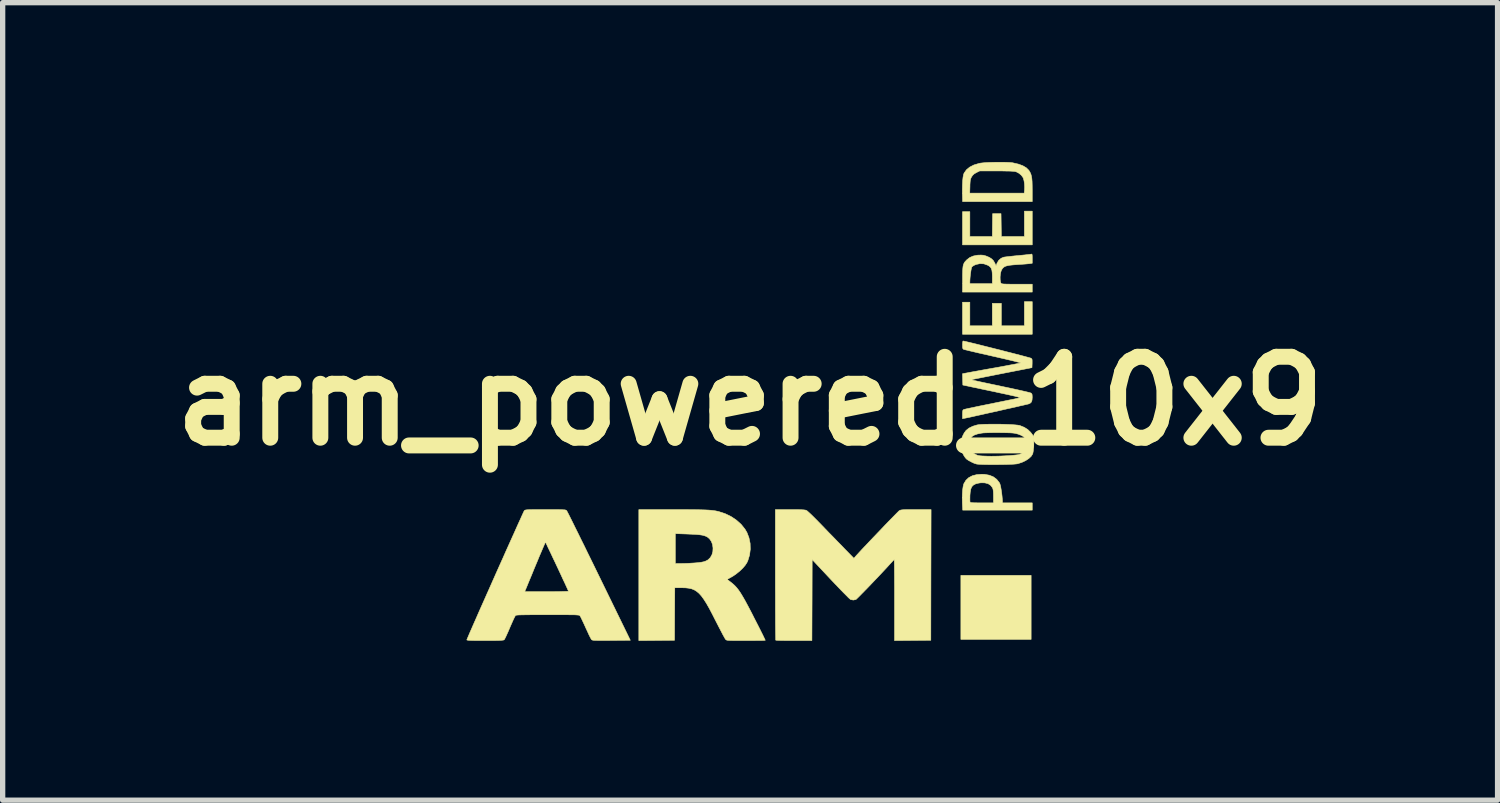
<source format=kicad_pcb>
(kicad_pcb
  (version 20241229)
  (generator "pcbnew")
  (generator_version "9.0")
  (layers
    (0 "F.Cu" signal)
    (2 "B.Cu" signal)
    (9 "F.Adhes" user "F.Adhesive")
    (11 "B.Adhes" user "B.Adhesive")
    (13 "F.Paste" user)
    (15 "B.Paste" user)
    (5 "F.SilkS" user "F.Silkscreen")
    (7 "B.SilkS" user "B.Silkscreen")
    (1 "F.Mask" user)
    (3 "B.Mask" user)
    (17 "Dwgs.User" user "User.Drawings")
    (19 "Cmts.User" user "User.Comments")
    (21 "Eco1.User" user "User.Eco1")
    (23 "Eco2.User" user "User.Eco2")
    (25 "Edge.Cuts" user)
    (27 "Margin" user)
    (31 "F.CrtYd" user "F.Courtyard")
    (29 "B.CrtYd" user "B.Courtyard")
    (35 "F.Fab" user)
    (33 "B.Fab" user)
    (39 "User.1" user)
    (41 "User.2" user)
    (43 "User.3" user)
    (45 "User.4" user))
  (footprint "arm_powered_10x9"
    (layer "F.Cu")
    (at 11.074 4.503)
    (property "Reference" "arm_powered_10x9" (at 0 0 0) (layer "F.SilkS") (effects (font (size 1.524 1.524) (thickness 0.3))))
    (attr through_hole)
    (fp_poly (pts (xy 5.292 4.487) (xy 3.969 4.487) (xy 3.969 3.281) (xy 5.292 3.281) (xy 5.292 4.487)) (stroke (width 0.01) (type solid)) (fill yes) (layer "F.SilkS"))
    (fp_poly (pts (xy 5.313 -1.259) (xy 4 -1.259) (xy 4 -1.863) (xy 4.138 -1.863) (xy 4.138 -1.418) (xy 4.561 -1.418) (xy 4.561 -1.841) (xy 4.731 -1.841) (xy 4.731 -1.418) (xy 5.165 -1.418) (xy 5.165 -1.873) (xy 5.313 -1.873) (xy 5.313 -1.259)) (stroke (width 0.01) (type solid)) (fill yes) (layer "F.SilkS"))
    (fp_poly (pts (xy 5.313 -2.942) (xy 4 -2.942) (xy 4 -3.567) (xy 4.138 -3.567) (xy 4.138 -3.101) (xy 4.561 -3.101) (xy 4.564 -3.315) (xy 4.567 -3.53) (xy 4.725 -3.53) (xy 4.728 -3.315) (xy 4.731 -3.101) (xy 5.165 -3.101) (xy 5.165 -3.577) (xy 5.313 -3.577) (xy 5.313 -2.942)) (stroke (width 0.01) (type solid)) (fill yes) (layer "F.SilkS"))
    (fp_poly (pts (xy 4.416 1.379) (xy 4.505 1.395) (xy 4.581 1.426) (xy 4.644 1.473) (xy 4.692 1.534) (xy 4.701 1.549) (xy 4.709 1.574) (xy 4.719 1.615) (xy 4.728 1.667) (xy 4.737 1.726) (xy 4.744 1.785) (xy 4.749 1.841) (xy 4.752 1.888) (xy 4.752 1.892) (xy 4.752 1.916) (xy 5.313 1.916) (xy 5.313 2.053) (xy 4.004 2.053) (xy 3.997 1.918) (xy 3.996 1.861) (xy 4.139 1.861) (xy 4.14 1.89) (xy 4.142 1.899) (xy 4.146 1.905) (xy 4.157 1.909) (xy 4.177 1.912) (xy 4.208 1.914) (xy 4.253 1.915) (xy 4.315 1.916) (xy 4.365 1.916) (xy 4.583 1.916) (xy 4.583 1.791) (xy 4.582 1.732) (xy 4.579 1.689) (xy 4.574 1.658) (xy 4.566 1.634) (xy 4.564 1.63) (xy 4.53 1.586) (xy 4.482 1.555) (xy 4.42 1.539) (xy 4.347 1.538) (xy 4.308 1.543) (xy 4.25 1.557) (xy 4.207 1.579) (xy 4.176 1.61) (xy 4.156 1.655) (xy 4.145 1.716) (xy 4.14 1.774) (xy 4.139 1.821) (xy 4.139 1.861) (xy 3.996 1.861) (xy 3.995 1.831) (xy 3.997 1.749) (xy 4.002 1.674) (xy 4.011 1.611) (xy 4.022 1.564) (xy 4.026 1.554) (xy 4.064 1.491) (xy 4.117 1.441) (xy 4.186 1.405) (xy 4.268 1.384) (xy 4.363 1.377) (xy 4.416 1.379)) (stroke (width 0.01) (type solid)) (fill yes) (layer "F.SilkS"))
    (fp_poly (pts (xy 4.763 -4.498) (xy 4.835 -4.496) (xy 4.896 -4.493) (xy 4.942 -4.488) (xy 4.948 -4.487) (xy 5.052 -4.463) (xy 5.136 -4.432) (xy 5.202 -4.393) (xy 5.248 -4.347) (xy 5.253 -4.34) (xy 5.272 -4.308) (xy 5.287 -4.275) (xy 5.297 -4.238) (xy 5.305 -4.193) (xy 5.31 -4.137) (xy 5.312 -4.066) (xy 5.313 -3.978) (xy 5.313 -3.972) (xy 5.313 -3.757) (xy 4.002 -3.757) (xy 3.999 -3.871) (xy 3.998 -3.916) (xy 4.136 -3.916) (xy 5.162 -3.916) (xy 5.168 -3.977) (xy 5.17 -4.031) (xy 5.167 -4.09) (xy 5.159 -4.146) (xy 5.147 -4.192) (xy 5.14 -4.209) (xy 5.109 -4.252) (xy 5.064 -4.29) (xy 5.015 -4.316) (xy 5.003 -4.32) (xy 4.981 -4.325) (xy 4.946 -4.328) (xy 4.897 -4.331) (xy 4.831 -4.332) (xy 4.747 -4.334) (xy 4.644 -4.334) (xy 4.323 -4.334) (xy 4.262 -4.304) (xy 4.221 -4.28) (xy 4.192 -4.253) (xy 4.172 -4.225) (xy 4.16 -4.202) (xy 4.152 -4.18) (xy 4.146 -4.155) (xy 4.143 -4.12) (xy 4.14 -4.072) (xy 4.14 -4.045) (xy 4.136 -3.916) (xy 3.998 -3.916) (xy 3.997 -3.975) (xy 3.999 -4.069) (xy 4.003 -4.15) (xy 4.01 -4.217) (xy 4.02 -4.267) (xy 4.029 -4.292) (xy 4.074 -4.356) (xy 4.136 -4.407) (xy 4.215 -4.447) (xy 4.312 -4.476) (xy 4.343 -4.482) (xy 4.389 -4.487) (xy 4.45 -4.492) (xy 4.523 -4.495) (xy 4.602 -4.497) (xy 4.683 -4.498) (xy 4.763 -4.498)) (stroke (width 0.01) (type solid)) (fill yes) (layer "F.SilkS"))
    (fp_poly (pts (xy 5.309 -2.763) (xy 5.312 -2.744) (xy 5.313 -2.71) (xy 5.313 -2.685) (xy 5.313 -2.596) (xy 5.263 -2.589) (xy 5.235 -2.586) (xy 5.191 -2.582) (xy 5.136 -2.578) (xy 5.074 -2.574) (xy 5.033 -2.571) (xy 4.95 -2.565) (xy 4.885 -2.558) (xy 4.836 -2.548) (xy 4.799 -2.536) (xy 4.772 -2.518) (xy 4.751 -2.496) (xy 4.734 -2.467) (xy 4.733 -2.466) (xy 4.721 -2.431) (xy 4.712 -2.385) (xy 4.708 -2.336) (xy 4.709 -2.288) (xy 4.714 -2.248) (xy 4.723 -2.222) (xy 4.726 -2.218) (xy 4.734 -2.213) (xy 4.747 -2.209) (xy 4.767 -2.206) (xy 4.798 -2.204) (xy 4.841 -2.203) (xy 4.9 -2.202) (xy 4.975 -2.201) (xy 5.028 -2.201) (xy 5.313 -2.201) (xy 5.313 -2.053) (xy 4 -2.053) (xy 4.001 -2.248) (xy 4.138 -2.248) (xy 4.138 -2.212) (xy 4.561 -2.212) (xy 4.562 -2.278) (xy 4.562 -2.357) (xy 4.559 -2.418) (xy 4.553 -2.464) (xy 4.541 -2.499) (xy 4.523 -2.525) (xy 4.499 -2.545) (xy 4.475 -2.559) (xy 4.403 -2.585) (xy 4.329 -2.589) (xy 4.255 -2.573) (xy 4.252 -2.572) (xy 4.216 -2.556) (xy 4.188 -2.538) (xy 4.175 -2.526) (xy 4.169 -2.506) (xy 4.161 -2.471) (xy 4.154 -2.425) (xy 4.147 -2.373) (xy 4.142 -2.32) (xy 4.139 -2.272) (xy 4.138 -2.248) (xy 4.001 -2.248) (xy 4.001 -2.294) (xy 4.001 -2.381) (xy 4.003 -2.449) (xy 4.006 -2.503) (xy 4.011 -2.544) (xy 4.02 -2.577) (xy 4.032 -2.603) (xy 4.048 -2.626) (xy 4.07 -2.649) (xy 4.079 -2.659) (xy 4.135 -2.703) (xy 4.199 -2.731) (xy 4.275 -2.747) (xy 4.302 -2.749) (xy 4.352 -2.75) (xy 4.391 -2.747) (xy 4.426 -2.738) (xy 4.447 -2.731) (xy 4.506 -2.706) (xy 4.549 -2.678) (xy 4.581 -2.646) (xy 4.605 -2.605) (xy 4.632 -2.549) (xy 4.65 -2.597) (xy 4.681 -2.65) (xy 4.726 -2.689) (xy 4.771 -2.709) (xy 4.793 -2.713) (xy 4.832 -2.718) (xy 4.885 -2.724) (xy 4.948 -2.731) (xy 5.018 -2.738) (xy 5.043 -2.74) (xy 5.112 -2.747) (xy 5.175 -2.753) (xy 5.228 -2.759) (xy 5.267 -2.763) (xy 5.291 -2.767) (xy 5.295 -2.768) (xy 5.303 -2.769) (xy 5.309 -2.763)) (stroke (width 0.01) (type solid)) (fill yes) (layer "F.SilkS"))
    (fp_poly (pts (xy 4.674 0.434) (xy 4.76 0.436) (xy 4.843 0.439) (xy 4.919 0.442) (xy 4.985 0.447) (xy 5.038 0.452) (xy 5.074 0.458) (xy 5.08 0.46) (xy 5.162 0.493) (xy 5.229 0.535) (xy 5.286 0.591) (xy 5.321 0.638) (xy 5.332 0.655) (xy 5.339 0.671) (xy 5.343 0.69) (xy 5.345 0.716) (xy 5.344 0.754) (xy 5.342 0.808) (xy 5.342 0.818) (xy 5.338 0.886) (xy 5.332 0.941) (xy 5.325 0.981) (xy 5.32 0.996) (xy 5.293 1.039) (xy 5.248 1.081) (xy 5.189 1.12) (xy 5.121 1.152) (xy 5.048 1.176) (xy 5.029 1.181) (xy 5 1.184) (xy 4.953 1.188) (xy 4.892 1.19) (xy 4.821 1.193) (xy 4.743 1.194) (xy 4.66 1.195) (xy 4.577 1.195) (xy 4.497 1.195) (xy 4.423 1.194) (xy 4.359 1.192) (xy 4.307 1.189) (xy 4.272 1.186) (xy 4.262 1.184) (xy 4.218 1.17) (xy 4.167 1.146) (xy 4.115 1.118) (xy 4.077 1.092) (xy 4.052 1.065) (xy 4.025 1.024) (xy 3.999 0.974) (xy 3.979 0.922) (xy 3.966 0.875) (xy 3.965 0.868) (xy 3.964 0.833) (xy 4.121 0.833) (xy 4.132 0.893) (xy 4.162 0.943) (xy 4.211 0.984) (xy 4.237 0.999) (xy 4.261 1.011) (xy 4.282 1.02) (xy 4.305 1.026) (xy 4.334 1.03) (xy 4.373 1.033) (xy 4.426 1.035) (xy 4.475 1.037) (xy 4.543 1.038) (xy 4.619 1.037) (xy 4.701 1.035) (xy 4.784 1.031) (xy 4.865 1.027) (xy 4.938 1.021) (xy 5.001 1.015) (xy 5.05 1.009) (xy 5.072 1.004) (xy 5.116 0.983) (xy 5.156 0.948) (xy 5.187 0.903) (xy 5.197 0.876) (xy 5.203 0.827) (xy 5.198 0.772) (xy 5.184 0.72) (xy 5.169 0.691) (xy 5.144 0.666) (xy 5.102 0.643) (xy 5.05 0.622) (xy 4.991 0.607) (xy 4.974 0.604) (xy 4.939 0.6) (xy 4.888 0.597) (xy 4.824 0.595) (xy 4.751 0.594) (xy 4.674 0.593) (xy 4.596 0.593) (xy 4.522 0.594) (xy 4.456 0.596) (xy 4.402 0.598) (xy 4.365 0.602) (xy 4.359 0.603) (xy 4.283 0.618) (xy 4.225 0.638) (xy 4.183 0.663) (xy 4.153 0.696) (xy 4.134 0.739) (xy 4.128 0.762) (xy 4.121 0.833) (xy 3.964 0.833) (xy 3.964 0.804) (xy 3.976 0.733) (xy 4 0.662) (xy 4.033 0.597) (xy 4.067 0.552) (xy 4.122 0.508) (xy 4.194 0.473) (xy 4.273 0.449) (xy 4.309 0.443) (xy 4.361 0.439) (xy 4.428 0.436) (xy 4.504 0.435) (xy 4.587 0.434) (xy 4.674 0.434)) (stroke (width 0.01) (type solid)) (fill yes) (layer "F.SilkS"))
    (fp_poly (pts (xy 0.84 2.043) (xy 0.909 2.043) (xy 0.962 2.045) (xy 1.001 2.047) (xy 1.03 2.05) (xy 1.05 2.054) (xy 1.063 2.059) (xy 1.078 2.07) (xy 1.106 2.095) (xy 1.145 2.131) (xy 1.192 2.177) (xy 1.246 2.231) (xy 1.304 2.29) (xy 1.344 2.331) (xy 1.414 2.404) (xy 1.489 2.482) (xy 1.566 2.56) (xy 1.64 2.637) (xy 1.708 2.706) (xy 1.765 2.765) (xy 1.773 2.774) (xy 1.955 2.96) (xy 1.997 2.911) (xy 2.021 2.885) (xy 2.056 2.847) (xy 2.1 2.799) (xy 2.153 2.743) (xy 2.212 2.681) (xy 2.276 2.613) (xy 2.343 2.543) (xy 2.411 2.472) (xy 2.479 2.401) (xy 2.544 2.332) (xy 2.606 2.268) (xy 2.663 2.21) (xy 2.713 2.159) (xy 2.754 2.117) (xy 2.784 2.087) (xy 2.802 2.069) (xy 2.806 2.066) (xy 2.817 2.059) (xy 2.828 2.054) (xy 2.843 2.05) (xy 2.863 2.047) (xy 2.892 2.045) (xy 2.933 2.043) (xy 2.987 2.043) (xy 3.058 2.043) (xy 3.124 2.043) (xy 3.408 2.043) (xy 3.405 3.273) (xy 3.403 4.503) (xy 3.061 4.506) (xy 2.72 4.509) (xy 2.72 3.747) (xy 2.72 3.622) (xy 2.72 3.503) (xy 2.719 3.393) (xy 2.719 3.292) (xy 2.718 3.203) (xy 2.718 3.126) (xy 2.717 3.065) (xy 2.716 3.019) (xy 2.715 2.992) (xy 2.715 2.985) (xy 2.705 2.992) (xy 2.687 3.01) (xy 2.67 3.029) (xy 2.63 3.072) (xy 2.583 3.124) (xy 2.529 3.182) (xy 2.469 3.246) (xy 2.407 3.312) (xy 2.343 3.379) (xy 2.28 3.445) (xy 2.219 3.509) (xy 2.161 3.568) (xy 2.109 3.621) (xy 2.065 3.666) (xy 2.03 3.701) (xy 2.005 3.725) (xy 1.994 3.735) (xy 1.994 3.735) (xy 1.945 3.746) (xy 1.895 3.737) (xy 1.89 3.734) (xy 1.878 3.724) (xy 1.852 3.701) (xy 1.816 3.664) (xy 1.769 3.617) (xy 1.714 3.561) (xy 1.653 3.497) (xy 1.586 3.427) (xy 1.516 3.353) (xy 1.169 2.983) (xy 1.167 3.746) (xy 1.164 4.508) (xy 0.827 4.508) (xy 0.745 4.508) (xy 0.669 4.508) (xy 0.603 4.507) (xy 0.549 4.506) (xy 0.51 4.504) (xy 0.487 4.502) (xy 0.483 4.501) (xy 0.482 4.49) (xy 0.482 4.459) (xy 0.481 4.409) (xy 0.48 4.343) (xy 0.479 4.26) (xy 0.478 4.163) (xy 0.478 4.052) (xy 0.477 3.93) (xy 0.477 3.797) (xy 0.477 3.655) (xy 0.476 3.505) (xy 0.476 3.348) (xy 0.476 3.268) (xy 0.476 2.043) (xy 0.752 2.043) (xy 0.84 2.043)) (stroke (width 0.01) (type solid)) (fill yes) (layer "F.SilkS"))
    (fp_poly (pts (xy -1.316 2.043) (xy -1.189 2.043) (xy -1.079 2.044) (xy -0.985 2.045) (xy -0.905 2.047) (xy -0.838 2.049) (xy -0.78 2.052) (xy -0.732 2.056) (xy -0.69 2.061) (xy -0.654 2.066) (xy -0.62 2.073) (xy -0.593 2.079) (xy -0.47 2.119) (xy -0.357 2.174) (xy -0.256 2.242) (xy -0.168 2.321) (xy -0.096 2.411) (xy -0.059 2.474) (xy -0.021 2.573) (xy 0.001 2.68) (xy 0.004 2.79) (xy -0.01 2.899) (xy -0.042 3.003) (xy -0.06 3.042) (xy -0.092 3.091) (xy -0.138 3.145) (xy -0.194 3.199) (xy -0.257 3.25) (xy -0.32 3.294) (xy -0.341 3.306) (xy -0.433 3.357) (xy -0.373 3.402) (xy -0.33 3.436) (xy -0.29 3.472) (xy -0.253 3.512) (xy -0.216 3.559) (xy -0.178 3.615) (xy -0.137 3.683) (xy -0.09 3.765) (xy -0.037 3.864) (xy -0.029 3.879) (xy 0.001 3.936) (xy 0.035 4.001) (xy 0.07 4.071) (xy 0.107 4.143) (xy 0.144 4.215) (xy 0.179 4.284) (xy 0.211 4.348) (xy 0.239 4.404) (xy 0.261 4.45) (xy 0.277 4.483) (xy 0.285 4.501) (xy 0.286 4.503) (xy 0.276 4.504) (xy 0.247 4.506) (xy 0.201 4.507) (xy 0.142 4.507) (xy 0.072 4.508) (xy -0.008 4.508) (xy -0.078 4.508) (xy -0.175 4.508) (xy -0.253 4.508) (xy -0.314 4.508) (xy -0.361 4.507) (xy -0.396 4.506) (xy -0.42 4.504) (xy -0.437 4.501) (xy -0.448 4.497) (xy -0.455 4.492) (xy -0.462 4.486) (xy -0.462 4.485) (xy -0.472 4.47) (xy -0.49 4.438) (xy -0.515 4.393) (xy -0.545 4.335) (xy -0.58 4.268) (xy -0.618 4.194) (xy -0.65 4.132) (xy -0.714 4.006) (xy -0.771 3.898) (xy -0.823 3.807) (xy -0.871 3.732) (xy -0.916 3.67) (xy -0.96 3.621) (xy -1.005 3.583) (xy -1.05 3.555) (xy -1.099 3.535) (xy -1.153 3.523) (xy -1.212 3.516) (xy -1.279 3.514) (xy -1.293 3.514) (xy -1.418 3.514) (xy -1.421 4.008) (xy -1.423 4.503) (xy -1.759 4.506) (xy -2.095 4.509) (xy -2.095 3.059) (xy -1.408 3.059) (xy -1.299 3.058) (xy -1.243 3.057) (xy -1.175 3.055) (xy -1.105 3.051) (xy -1.056 3.048) (xy -0.979 3.042) (xy -0.919 3.034) (xy -0.873 3.025) (xy -0.836 3.012) (xy -0.805 2.996) (xy -0.791 2.988) (xy -0.748 2.946) (xy -0.718 2.892) (xy -0.701 2.831) (xy -0.698 2.766) (xy -0.707 2.701) (xy -0.729 2.642) (xy -0.765 2.591) (xy -0.804 2.559) (xy -0.831 2.545) (xy -0.862 2.534) (xy -0.9 2.524) (xy -0.948 2.517) (xy -1.008 2.511) (xy -1.083 2.507) (xy -1.176 2.503) (xy -1.199 2.502) (xy -1.408 2.495) (xy -1.408 3.059) (xy -2.095 3.059) (xy -2.095 2.043) (xy -1.463 2.043) (xy -1.316 2.043)) (stroke (width 0.01) (type solid)) (fill yes) (layer "F.SilkS"))
    (fp_poly (pts (xy 4.025 -1.13) (xy 4.058 -1.123) (xy 4.107 -1.111) (xy 4.17 -1.096) (xy 4.244 -1.078) (xy 4.328 -1.057) (xy 4.419 -1.034) (xy 4.515 -1.01) (xy 4.614 -0.985) (xy 4.714 -0.96) (xy 4.813 -0.934) (xy 4.908 -0.91) (xy 4.997 -0.887) (xy 5.079 -0.866) (xy 5.15 -0.847) (xy 5.209 -0.831) (xy 5.253 -0.819) (xy 5.281 -0.811) (xy 5.289 -0.808) (xy 5.302 -0.798) (xy 5.309 -0.786) (xy 5.311 -0.764) (xy 5.311 -0.729) (xy 5.311 -0.711) (xy 5.308 -0.63) (xy 4.747 -0.52) (xy 4.641 -0.499) (xy 4.541 -0.479) (xy 4.45 -0.461) (xy 4.369 -0.445) (xy 4.3 -0.431) (xy 4.245 -0.42) (xy 4.206 -0.412) (xy 4.185 -0.407) (xy 4.181 -0.406) (xy 4.181 -0.398) (xy 4.192 -0.395) (xy 4.222 -0.388) (xy 4.268 -0.378) (xy 4.33 -0.364) (xy 4.404 -0.348) (xy 4.49 -0.33) (xy 4.584 -0.31) (xy 4.686 -0.289) (xy 4.725 -0.28) (xy 4.83 -0.258) (xy 4.929 -0.237) (xy 5.02 -0.217) (xy 5.101 -0.199) (xy 5.17 -0.183) (xy 5.225 -0.17) (xy 5.265 -0.16) (xy 5.286 -0.153) (xy 5.289 -0.152) (xy 5.302 -0.141) (xy 5.31 -0.124) (xy 5.312 -0.096) (xy 5.313 -0.071) (xy 5.309 -0.019) (xy 5.297 0.017) (xy 5.273 0.04) (xy 5.247 0.052) (xy 5.231 0.056) (xy 5.197 0.064) (xy 5.147 0.076) (xy 5.083 0.09) (xy 5.008 0.108) (xy 4.924 0.127) (xy 4.832 0.147) (xy 4.737 0.169) (xy 4.639 0.191) (xy 4.541 0.213) (xy 4.445 0.234) (xy 4.354 0.255) (xy 4.27 0.273) (xy 4.196 0.29) (xy 4.133 0.304) (xy 4.083 0.314) (xy 4.05 0.321) (xy 4.04 0.323) (xy 4 0.33) (xy 4 0.25) (xy 4.001 0.208) (xy 4.004 0.183) (xy 4.009 0.169) (xy 4.02 0.16) (xy 4.024 0.158) (xy 4.039 0.154) (xy 4.073 0.146) (xy 4.123 0.135) (xy 4.187 0.122) (xy 4.264 0.105) (xy 4.351 0.087) (xy 4.445 0.068) (xy 4.546 0.048) (xy 4.546 0.048) (xy 4.646 0.027) (xy 4.741 0.008) (xy 4.829 -0.01) (xy 4.906 -0.026) (xy 4.972 -0.039) (xy 5.023 -0.05) (xy 5.058 -0.057) (xy 5.074 -0.061) (xy 5.077 -0.064) (xy 5.071 -0.068) (xy 5.054 -0.075) (xy 5.025 -0.083) (xy 4.981 -0.094) (xy 4.923 -0.107) (xy 4.847 -0.124) (xy 4.754 -0.144) (xy 4.641 -0.168) (xy 4.64 -0.169) (xy 4.54 -0.19) (xy 4.444 -0.21) (xy 4.354 -0.229) (xy 4.272 -0.247) (xy 4.202 -0.261) (xy 4.146 -0.273) (xy 4.106 -0.282) (xy 4.09 -0.285) (xy 4.006 -0.303) (xy 4.003 -0.41) (xy 4 -0.516) (xy 4.114 -0.537) (xy 4.15 -0.544) (xy 4.204 -0.554) (xy 4.272 -0.566) (xy 4.353 -0.581) (xy 4.442 -0.597) (xy 4.537 -0.614) (xy 4.634 -0.631) (xy 4.657 -0.635) (xy 4.749 -0.652) (xy 4.835 -0.668) (xy 4.913 -0.683) (xy 4.979 -0.695) (xy 5.033 -0.706) (xy 5.07 -0.714) (xy 5.091 -0.718) (xy 5.093 -0.719) (xy 5.085 -0.723) (xy 5.058 -0.731) (xy 5.014 -0.742) (xy 4.955 -0.757) (xy 4.883 -0.774) (xy 4.799 -0.794) (xy 4.707 -0.815) (xy 4.607 -0.838) (xy 4.575 -0.845) (xy 4.472 -0.869) (xy 4.374 -0.891) (xy 4.285 -0.911) (xy 4.205 -0.93) (xy 4.137 -0.946) (xy 4.084 -0.959) (xy 4.046 -0.968) (xy 4.026 -0.973) (xy 4.024 -0.974) (xy 4.012 -0.981) (xy 4.005 -0.993) (xy 4.001 -1.016) (xy 4.001 -1.054) (xy 4 -1.058) (xy 4.002 -1.095) (xy 4.005 -1.121) (xy 4.01 -1.132) (xy 4.011 -1.132) (xy 4.025 -1.13)) (stroke (width 0.01) (type solid)) (fill yes) (layer "F.SilkS"))
    (fp_poly (pts (xy -3.752 2.043) (xy -3.671 2.043) (xy -3.607 2.043) (xy -3.558 2.044) (xy -3.521 2.046) (xy -3.495 2.047) (xy -3.477 2.05) (xy -3.466 2.054) (xy -3.459 2.058) (xy -3.453 2.063) (xy -3.447 2.075) (xy -3.431 2.105) (xy -3.407 2.152) (xy -3.376 2.214) (xy -3.338 2.29) (xy -3.294 2.38) (xy -3.243 2.482) (xy -3.188 2.595) (xy -3.127 2.717) (xy -3.063 2.849) (xy -2.995 2.987) (xy -2.924 3.132) (xy -2.851 3.282) (xy -2.845 3.294) (xy -2.255 4.503) (xy -2.611 4.506) (xy -2.708 4.507) (xy -2.786 4.507) (xy -2.847 4.507) (xy -2.893 4.506) (xy -2.928 4.505) (xy -2.952 4.503) (xy -2.968 4.5) (xy -2.978 4.496) (xy -2.985 4.491) (xy -2.986 4.49) (xy -2.995 4.475) (xy -3.012 4.444) (xy -3.034 4.4) (xy -3.059 4.345) (xy -3.087 4.285) (xy -3.096 4.265) (xy -3.124 4.203) (xy -3.151 4.146) (xy -3.173 4.099) (xy -3.191 4.063) (xy -3.203 4.043) (xy -3.204 4.04) (xy -3.209 4.036) (xy -3.217 4.033) (xy -3.228 4.03) (xy -3.247 4.028) (xy -3.272 4.026) (xy -3.308 4.024) (xy -3.355 4.023) (xy -3.414 4.023) (xy -3.488 4.022) (xy -3.578 4.022) (xy -3.686 4.022) (xy -3.81 4.022) (xy -3.943 4.022) (xy -4.057 4.022) (xy -4.152 4.023) (xy -4.231 4.024) (xy -4.293 4.025) (xy -4.341 4.026) (xy -4.376 4.028) (xy -4.399 4.031) (xy -4.412 4.033) (xy -4.416 4.035) (xy -4.424 4.048) (xy -4.44 4.078) (xy -4.461 4.122) (xy -4.485 4.176) (xy -4.512 4.237) (xy -4.524 4.265) (xy -4.551 4.329) (xy -4.577 4.387) (xy -4.599 4.435) (xy -4.617 4.471) (xy -4.629 4.492) (xy -4.633 4.495) (xy -4.643 4.499) (xy -4.665 4.502) (xy -4.7 4.505) (xy -4.75 4.507) (xy -4.816 4.508) (xy -4.9 4.508) (xy -4.992 4.508) (xy -5.09 4.508) (xy -5.169 4.508) (xy -5.23 4.507) (xy -5.276 4.505) (xy -5.307 4.503) (xy -5.325 4.5) (xy -5.333 4.497) (xy -5.334 4.495) (xy -5.329 4.483) (xy -5.317 4.454) (xy -5.297 4.407) (xy -5.271 4.346) (xy -5.238 4.271) (xy -5.2 4.184) (xy -5.157 4.087) (xy -5.11 3.979) (xy -5.059 3.864) (xy -5.005 3.743) (xy -4.949 3.616) (xy -4.936 3.588) (xy -4.244 3.588) (xy -3.83 3.588) (xy -3.737 3.588) (xy -3.652 3.587) (xy -3.577 3.586) (xy -3.514 3.584) (xy -3.466 3.583) (xy -3.434 3.581) (xy -3.42 3.579) (xy -3.42 3.579) (xy -3.428 3.56) (xy -3.443 3.526) (xy -3.465 3.478) (xy -3.492 3.419) (xy -3.524 3.352) (xy -3.558 3.277) (xy -3.595 3.198) (xy -3.633 3.117) (xy -3.671 3.036) (xy -3.709 2.957) (xy -3.744 2.882) (xy -3.776 2.815) (xy -3.804 2.757) (xy -3.826 2.709) (xy -3.842 2.676) (xy -3.851 2.659) (xy -3.853 2.656) (xy -3.858 2.666) (xy -3.87 2.693) (xy -3.889 2.736) (xy -3.913 2.792) (xy -3.942 2.86) (xy -3.975 2.937) (xy -4.01 3.023) (xy -4.035 3.082) (xy -4.073 3.173) (xy -4.108 3.26) (xy -4.141 3.339) (xy -4.17 3.408) (xy -4.194 3.467) (xy -4.212 3.511) (xy -4.224 3.54) (xy -4.228 3.548) (xy -4.244 3.588) (xy -4.936 3.588) (xy -4.891 3.486) (xy -4.832 3.353) (xy -4.773 3.22) (xy -4.714 3.088) (xy -4.655 2.957) (xy -4.599 2.83) (xy -4.544 2.708) (xy -4.492 2.592) (xy -4.443 2.484) (xy -4.399 2.385) (xy -4.359 2.296) (xy -4.324 2.22) (xy -4.296 2.157) (xy -4.274 2.109) (xy -4.259 2.077) (xy -4.251 2.063) (xy -4.251 2.063) (xy -4.246 2.058) (xy -4.238 2.053) (xy -4.226 2.05) (xy -4.207 2.047) (xy -4.18 2.045) (xy -4.142 2.044) (xy -4.091 2.043) (xy -4.026 2.043) (xy -3.943 2.043) (xy -3.852 2.043) (xy -3.752 2.043)) (stroke (width 0.01) (type solid)) (fill yes) (layer "F.SilkS")))
  (gr_rect
    (start -3 -3)
    (end 25.149 12.017)
    (stroke (width 0.1) (type default))
    (fill no)
    (layer "Edge.Cuts")))
</source>
